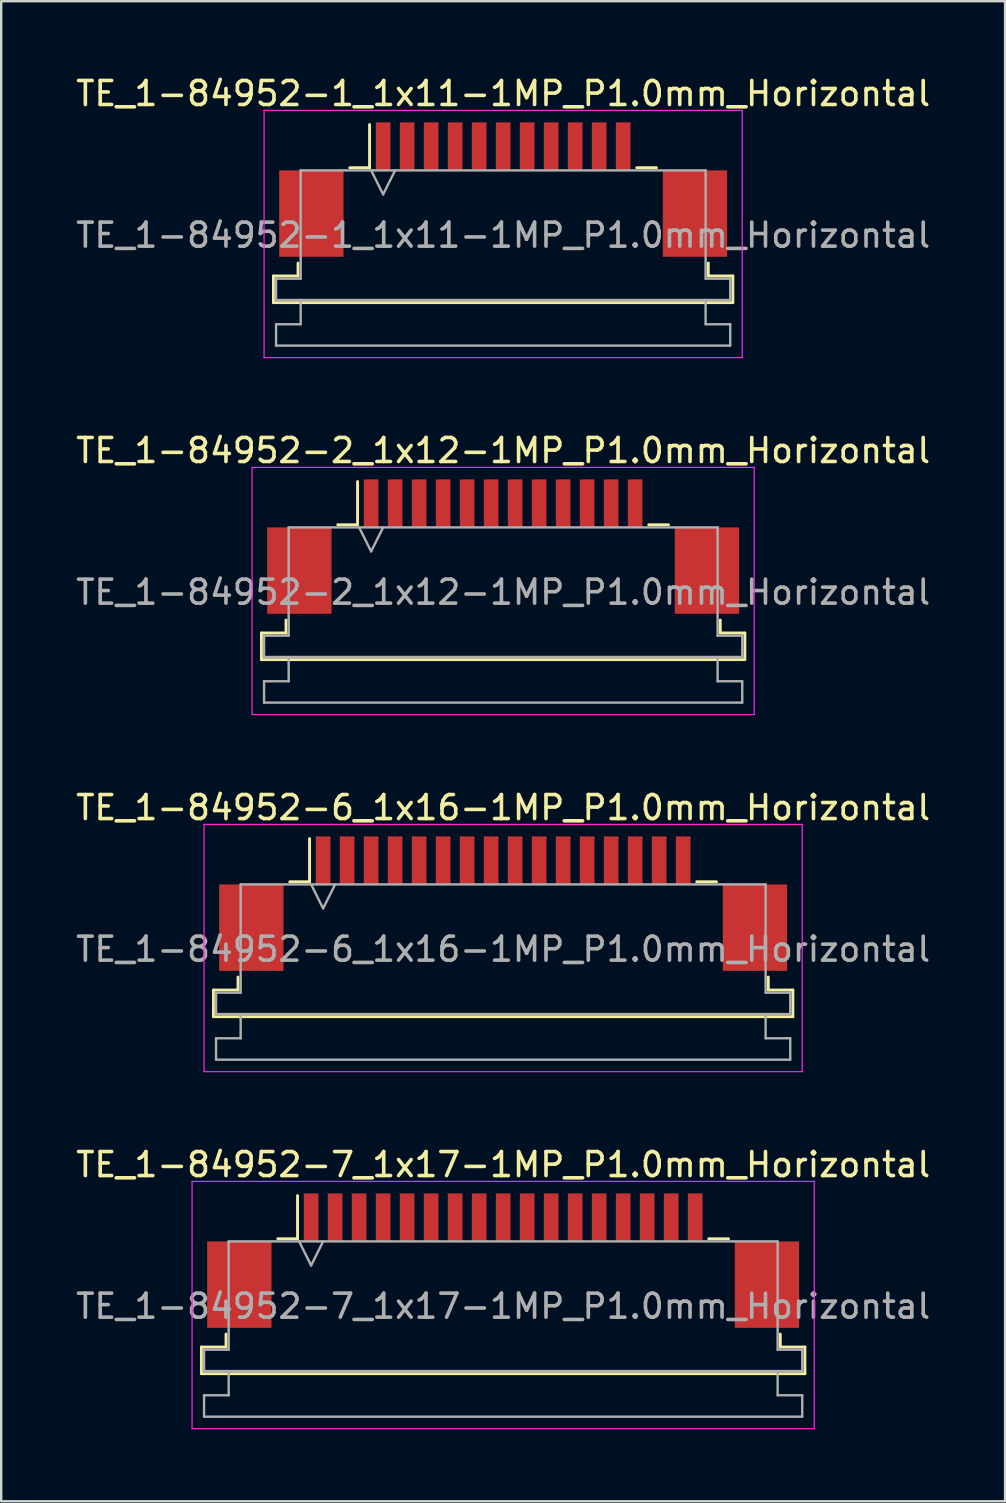
<source format=kicad_pcb>
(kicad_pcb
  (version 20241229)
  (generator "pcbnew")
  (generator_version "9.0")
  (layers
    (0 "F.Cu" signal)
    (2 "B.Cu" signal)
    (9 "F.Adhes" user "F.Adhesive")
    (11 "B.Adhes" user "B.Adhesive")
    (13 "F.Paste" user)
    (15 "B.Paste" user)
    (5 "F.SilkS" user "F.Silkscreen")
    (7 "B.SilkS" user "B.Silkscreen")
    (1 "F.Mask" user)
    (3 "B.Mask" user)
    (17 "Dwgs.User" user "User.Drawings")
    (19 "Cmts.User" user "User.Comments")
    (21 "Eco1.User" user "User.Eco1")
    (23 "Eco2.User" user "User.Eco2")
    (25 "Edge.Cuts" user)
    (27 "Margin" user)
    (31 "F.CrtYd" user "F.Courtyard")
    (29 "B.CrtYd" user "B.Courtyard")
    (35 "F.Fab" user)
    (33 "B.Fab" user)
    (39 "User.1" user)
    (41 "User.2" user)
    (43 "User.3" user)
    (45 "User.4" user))
  (footprint "TE_1-84952-7_1x17-1MP_P1.0mm_Horizontal"
    (layer "F.Cu")
    (at 17.911 49.468)
    (property "Reference" "TE_1-84952-7_1x17-1MP_P1.0mm_Horizontal" (at 0 -4 0) (layer "F.SilkS") (effects (font (size 1 1) (thickness 0.15))))
    (attr smd)
    (fp_line (start -12.57 3.6) (end -11.545 3.6) (stroke (width 0.12) (type solid)) (layer "F.SilkS"))
    (fp_line (start -12.57 4.71) (end -12.57 3.6) (stroke (width 0.12) (type solid)) (layer "F.SilkS"))
    (fp_line (start -11.545 3.6) (end -11.545 3.06) (stroke (width 0.12) (type solid)) (layer "F.SilkS"))
    (fp_line (start -9.39 -0.91) (end -8.565 -0.91) (stroke (width 0.12) (type solid)) (layer "F.SilkS"))
    (fp_line (start -8.565 -0.91) (end -8.565 -2.71) (stroke (width 0.12) (type solid)) (layer "F.SilkS"))
    (fp_line (start 8.565 -0.91) (end 9.39 -0.91) (stroke (width 0.12) (type solid)) (layer "F.SilkS"))
    (fp_line (start 11.545 3.06) (end 11.545 3.6) (stroke (width 0.12) (type solid)) (layer "F.SilkS"))
    (fp_line (start 11.545 3.6) (end 12.57 3.6) (stroke (width 0.12) (type solid)) (layer "F.SilkS"))
    (fp_line (start 12.57 3.6) (end 12.57 4.71) (stroke (width 0.12) (type solid)) (layer "F.SilkS"))
    (fp_line (start 12.57 4.71) (end -12.57 4.71) (stroke (width 0.12) (type solid)) (layer "F.SilkS"))
    (fp_line (start -12.96 -3.3) (end -12.96 7) (stroke (width 0.05) (type solid)) (layer "F.CrtYd"))
    (fp_line (start -12.96 7) (end 12.96 7) (stroke (width 0.05) (type solid)) (layer "F.CrtYd"))
    (fp_line (start 12.96 -3.3) (end -12.96 -3.3) (stroke (width 0.05) (type solid)) (layer "F.CrtYd"))
    (fp_line (start 12.96 7) (end 12.96 -3.3) (stroke (width 0.05) (type solid)) (layer "F.CrtYd"))
    (fp_line (start -12.46 3.71) (end -11.435 3.71) (stroke (width 0.1) (type solid)) (layer "F.Fab"))
    (fp_line (start -12.46 4.6) (end -12.46 3.71) (stroke (width 0.1) (type solid)) (layer "F.Fab"))
    (fp_line (start -12.46 5.61) (end -11.435 5.61) (stroke (width 0.1) (type solid)) (layer "F.Fab"))
    (fp_line (start -12.46 6.5) (end -12.46 5.61) (stroke (width 0.1) (type solid)) (layer "F.Fab"))
    (fp_line (start -11.435 -0.8) (end 11.435 -0.8) (stroke (width 0.1) (type solid)) (layer "F.Fab"))
    (fp_line (start -11.435 3.71) (end -11.435 -0.8) (stroke (width 0.1) (type solid)) (layer "F.Fab"))
    (fp_line (start -11.435 5.61) (end -11.435 4.6) (stroke (width 0.1) (type solid)) (layer "F.Fab"))
    (fp_line (start -8.5 -0.8) (end -8 0.2) (stroke (width 0.1) (type solid)) (layer "F.Fab"))
    (fp_line (start -8 0.2) (end -7.5 -0.8) (stroke (width 0.1) (type solid)) (layer "F.Fab"))
    (fp_line (start 11.435 -0.8) (end 11.435 3.71) (stroke (width 0.1) (type solid)) (layer "F.Fab"))
    (fp_line (start 11.435 3.71) (end 12.46 3.71) (stroke (width 0.1) (type solid)) (layer "F.Fab"))
    (fp_line (start 11.435 4.6) (end 11.435 5.61) (stroke (width 0.1) (type solid)) (layer "F.Fab"))
    (fp_line (start 11.435 5.61) (end 12.46 5.61) (stroke (width 0.1) (type solid)) (layer "F.Fab"))
    (fp_line (start 12.46 3.71) (end 12.46 4.6) (stroke (width 0.1) (type solid)) (layer "F.Fab"))
    (fp_line (start 12.46 4.6) (end -12.46 4.6) (stroke (width 0.1) (type solid)) (layer "F.Fab"))
    (fp_line (start 12.46 5.61) (end 12.46 6.5) (stroke (width 0.1) (type solid)) (layer "F.Fab"))
    (fp_line (start 12.46 6.5) (end -12.46 6.5) (stroke (width 0.1) (type solid)) (layer "F.Fab"))
    (fp_text user "${REFERENCE}" (at 0 1.9 0) (layer "F.Fab") (effects (font (size 1 1) (thickness 0.15))))
    (pad "1" smd rect (at -8 -1.8) (size 0.61 2) (layers "F.Cu" "F.Mask" "F.Paste"))
    (pad "2" smd rect (at -7 -1.8) (size 0.61 2) (layers "F.Cu" "F.Mask" "F.Paste"))
    (pad "3" smd rect (at -6 -1.8) (size 0.61 2) (layers "F.Cu" "F.Mask" "F.Paste"))
    (pad "4" smd rect (at -5 -1.8) (size 0.61 2) (layers "F.Cu" "F.Mask" "F.Paste"))
    (pad "5" smd rect (at -4 -1.8) (size 0.61 2) (layers "F.Cu" "F.Mask" "F.Paste"))
    (pad "6" smd rect (at -3 -1.8) (size 0.61 2) (layers "F.Cu" "F.Mask" "F.Paste"))
    (pad "7" smd rect (at -2 -1.8) (size 0.61 2) (layers "F.Cu" "F.Mask" "F.Paste"))
    (pad "8" smd rect (at -1 -1.8) (size 0.61 2) (layers "F.Cu" "F.Mask" "F.Paste"))
    (pad "9" smd rect (at 0 -1.8) (size 0.61 2) (layers "F.Cu" "F.Mask" "F.Paste"))
    (pad "10" smd rect (at 1 -1.8) (size 0.61 2) (layers "F.Cu" "F.Mask" "F.Paste"))
    (pad "11" smd rect (at 2 -1.8) (size 0.61 2) (layers "F.Cu" "F.Mask" "F.Paste"))
    (pad "12" smd rect (at 3 -1.8) (size 0.61 2) (layers "F.Cu" "F.Mask" "F.Paste"))
    (pad "13" smd rect (at 4 -1.8) (size 0.61 2) (layers "F.Cu" "F.Mask" "F.Paste"))
    (pad "14" smd rect (at 5 -1.8) (size 0.61 2) (layers "F.Cu" "F.Mask" "F.Paste"))
    (pad "15" smd rect (at 6 -1.8) (size 0.61 2) (layers "F.Cu" "F.Mask" "F.Paste"))
    (pad "16" smd rect (at 7 -1.8) (size 0.61 2) (layers "F.Cu" "F.Mask" "F.Paste"))
    (pad "17" smd rect (at 8 -1.8) (size 0.61 2) (layers "F.Cu" "F.Mask" "F.Paste"))
    (pad "MP" smd rect (at -10.99 1) (size 2.68 3.6) (layers "F.Cu" "F.Mask" "F.Paste"))
    (pad "MP" smd rect (at 10.99 1) (size 2.68 3.6) (layers "F.Cu" "F.Mask" "F.Paste")))
  (footprint "TE_1-84952-1_1x11-1MP_P1.0mm_Horizontal"
    (layer "F.Cu")
    (at 17.911 4.848)
    (property "Reference" "TE_1-84952-1_1x11-1MP_P1.0mm_Horizontal" (at 0 -4 0) (layer "F.SilkS") (effects (font (size 1 1) (thickness 0.15))))
    (attr smd)
    (fp_line (start -9.57 3.6) (end -8.545 3.6) (stroke (width 0.12) (type solid)) (layer "F.SilkS"))
    (fp_line (start -9.57 4.71) (end -9.57 3.6) (stroke (width 0.12) (type solid)) (layer "F.SilkS"))
    (fp_line (start -8.545 3.6) (end -8.545 3.06) (stroke (width 0.12) (type solid)) (layer "F.SilkS"))
    (fp_line (start -6.39 -0.91) (end -5.565 -0.91) (stroke (width 0.12) (type solid)) (layer "F.SilkS"))
    (fp_line (start -5.565 -0.91) (end -5.565 -2.71) (stroke (width 0.12) (type solid)) (layer "F.SilkS"))
    (fp_line (start 5.565 -0.91) (end 6.39 -0.91) (stroke (width 0.12) (type solid)) (layer "F.SilkS"))
    (fp_line (start 8.545 3.06) (end 8.545 3.6) (stroke (width 0.12) (type solid)) (layer "F.SilkS"))
    (fp_line (start 8.545 3.6) (end 9.57 3.6) (stroke (width 0.12) (type solid)) (layer "F.SilkS"))
    (fp_line (start 9.57 3.6) (end 9.57 4.71) (stroke (width 0.12) (type solid)) (layer "F.SilkS"))
    (fp_line (start 9.57 4.71) (end -9.57 4.71) (stroke (width 0.12) (type solid)) (layer "F.SilkS"))
    (fp_line (start -9.96 -3.3) (end -9.96 7) (stroke (width 0.05) (type solid)) (layer "F.CrtYd"))
    (fp_line (start -9.96 7) (end 9.96 7) (stroke (width 0.05) (type solid)) (layer "F.CrtYd"))
    (fp_line (start 9.96 -3.3) (end -9.96 -3.3) (stroke (width 0.05) (type solid)) (layer "F.CrtYd"))
    (fp_line (start 9.96 7) (end 9.96 -3.3) (stroke (width 0.05) (type solid)) (layer "F.CrtYd"))
    (fp_line (start -9.46 3.71) (end -8.435 3.71) (stroke (width 0.1) (type solid)) (layer "F.Fab"))
    (fp_line (start -9.46 4.6) (end -9.46 3.71) (stroke (width 0.1) (type solid)) (layer "F.Fab"))
    (fp_line (start -9.46 5.61) (end -8.435 5.61) (stroke (width 0.1) (type solid)) (layer "F.Fab"))
    (fp_line (start -9.46 6.5) (end -9.46 5.61) (stroke (width 0.1) (type solid)) (layer "F.Fab"))
    (fp_line (start -8.435 -0.8) (end 8.435 -0.8) (stroke (width 0.1) (type solid)) (layer "F.Fab"))
    (fp_line (start -8.435 3.71) (end -8.435 -0.8) (stroke (width 0.1) (type solid)) (layer "F.Fab"))
    (fp_line (start -8.435 5.61) (end -8.435 4.6) (stroke (width 0.1) (type solid)) (layer "F.Fab"))
    (fp_line (start -5.5 -0.8) (end -5 0.2) (stroke (width 0.1) (type solid)) (layer "F.Fab"))
    (fp_line (start -5 0.2) (end -4.5 -0.8) (stroke (width 0.1) (type solid)) (layer "F.Fab"))
    (fp_line (start 8.435 -0.8) (end 8.435 3.71) (stroke (width 0.1) (type solid)) (layer "F.Fab"))
    (fp_line (start 8.435 3.71) (end 9.46 3.71) (stroke (width 0.1) (type solid)) (layer "F.Fab"))
    (fp_line (start 8.435 4.6) (end 8.435 5.61) (stroke (width 0.1) (type solid)) (layer "F.Fab"))
    (fp_line (start 8.435 5.61) (end 9.46 5.61) (stroke (width 0.1) (type solid)) (layer "F.Fab"))
    (fp_line (start 9.46 3.71) (end 9.46 4.6) (stroke (width 0.1) (type solid)) (layer "F.Fab"))
    (fp_line (start 9.46 4.6) (end -9.46 4.6) (stroke (width 0.1) (type solid)) (layer "F.Fab"))
    (fp_line (start 9.46 5.61) (end 9.46 6.5) (stroke (width 0.1) (type solid)) (layer "F.Fab"))
    (fp_line (start 9.46 6.5) (end -9.46 6.5) (stroke (width 0.1) (type solid)) (layer "F.Fab"))
    (fp_text user "${REFERENCE}" (at 0 1.9 0) (layer "F.Fab") (effects (font (size 1 1) (thickness 0.15))))
    (pad "1" smd rect (at -5 -1.8) (size 0.61 2) (layers "F.Cu" "F.Mask" "F.Paste"))
    (pad "2" smd rect (at -4 -1.8) (size 0.61 2) (layers "F.Cu" "F.Mask" "F.Paste"))
    (pad "3" smd rect (at -3 -1.8) (size 0.61 2) (layers "F.Cu" "F.Mask" "F.Paste"))
    (pad "4" smd rect (at -2 -1.8) (size 0.61 2) (layers "F.Cu" "F.Mask" "F.Paste"))
    (pad "5" smd rect (at -1 -1.8) (size 0.61 2) (layers "F.Cu" "F.Mask" "F.Paste"))
    (pad "6" smd rect (at 0 -1.8) (size 0.61 2) (layers "F.Cu" "F.Mask" "F.Paste"))
    (pad "7" smd rect (at 1 -1.8) (size 0.61 2) (layers "F.Cu" "F.Mask" "F.Paste"))
    (pad "8" smd rect (at 2 -1.8) (size 0.61 2) (layers "F.Cu" "F.Mask" "F.Paste"))
    (pad "9" smd rect (at 3 -1.8) (size 0.61 2) (layers "F.Cu" "F.Mask" "F.Paste"))
    (pad "10" smd rect (at 4 -1.8) (size 0.61 2) (layers "F.Cu" "F.Mask" "F.Paste"))
    (pad "11" smd rect (at 5 -1.8) (size 0.61 2) (layers "F.Cu" "F.Mask" "F.Paste"))
    (pad "MP" smd rect (at -7.99 1) (size 2.68 3.6) (layers "F.Cu" "F.Mask" "F.Paste"))
    (pad "MP" smd rect (at 7.99 1) (size 2.68 3.6) (layers "F.Cu" "F.Mask" "F.Paste")))
  (footprint "TE_1-84952-6_1x16-1MP_P1.0mm_Horizontal"
    (layer "F.Cu")
    (at 17.911 34.595)
    (property "Reference" "TE_1-84952-6_1x16-1MP_P1.0mm_Horizontal" (at 0 -4 0) (layer "F.SilkS") (effects (font (size 1 1) (thickness 0.15))))
    (attr smd)
    (fp_line (start -12.07 3.6) (end -11.045 3.6) (stroke (width 0.12) (type solid)) (layer "F.SilkS"))
    (fp_line (start -12.07 4.71) (end -12.07 3.6) (stroke (width 0.12) (type solid)) (layer "F.SilkS"))
    (fp_line (start -11.045 3.6) (end -11.045 3.06) (stroke (width 0.12) (type solid)) (layer "F.SilkS"))
    (fp_line (start -8.89 -0.91) (end -8.065 -0.91) (stroke (width 0.12) (type solid)) (layer "F.SilkS"))
    (fp_line (start -8.065 -0.91) (end -8.065 -2.71) (stroke (width 0.12) (type solid)) (layer "F.SilkS"))
    (fp_line (start 8.065 -0.91) (end 8.89 -0.91) (stroke (width 0.12) (type solid)) (layer "F.SilkS"))
    (fp_line (start 11.045 3.06) (end 11.045 3.6) (stroke (width 0.12) (type solid)) (layer "F.SilkS"))
    (fp_line (start 11.045 3.6) (end 12.07 3.6) (stroke (width 0.12) (type solid)) (layer "F.SilkS"))
    (fp_line (start 12.07 3.6) (end 12.07 4.71) (stroke (width 0.12) (type solid)) (layer "F.SilkS"))
    (fp_line (start 12.07 4.71) (end -12.07 4.71) (stroke (width 0.12) (type solid)) (layer "F.SilkS"))
    (fp_line (start -12.46 -3.3) (end -12.46 7) (stroke (width 0.05) (type solid)) (layer "F.CrtYd"))
    (fp_line (start -12.46 7) (end 12.46 7) (stroke (width 0.05) (type solid)) (layer "F.CrtYd"))
    (fp_line (start 12.46 -3.3) (end -12.46 -3.3) (stroke (width 0.05) (type solid)) (layer "F.CrtYd"))
    (fp_line (start 12.46 7) (end 12.46 -3.3) (stroke (width 0.05) (type solid)) (layer "F.CrtYd"))
    (fp_line (start -11.96 3.71) (end -10.935 3.71) (stroke (width 0.1) (type solid)) (layer "F.Fab"))
    (fp_line (start -11.96 4.6) (end -11.96 3.71) (stroke (width 0.1) (type solid)) (layer "F.Fab"))
    (fp_line (start -11.96 5.61) (end -10.935 5.61) (stroke (width 0.1) (type solid)) (layer "F.Fab"))
    (fp_line (start -11.96 6.5) (end -11.96 5.61) (stroke (width 0.1) (type solid)) (layer "F.Fab"))
    (fp_line (start -10.935 -0.8) (end 10.935 -0.8) (stroke (width 0.1) (type solid)) (layer "F.Fab"))
    (fp_line (start -10.935 3.71) (end -10.935 -0.8) (stroke (width 0.1) (type solid)) (layer "F.Fab"))
    (fp_line (start -10.935 5.61) (end -10.935 4.6) (stroke (width 0.1) (type solid)) (layer "F.Fab"))
    (fp_line (start -8 -0.8) (end -7.5 0.2) (stroke (width 0.1) (type solid)) (layer "F.Fab"))
    (fp_line (start -7.5 0.2) (end -7 -0.8) (stroke (width 0.1) (type solid)) (layer "F.Fab"))
    (fp_line (start 10.935 -0.8) (end 10.935 3.71) (stroke (width 0.1) (type solid)) (layer "F.Fab"))
    (fp_line (start 10.935 3.71) (end 11.96 3.71) (stroke (width 0.1) (type solid)) (layer "F.Fab"))
    (fp_line (start 10.935 4.6) (end 10.935 5.61) (stroke (width 0.1) (type solid)) (layer "F.Fab"))
    (fp_line (start 10.935 5.61) (end 11.96 5.61) (stroke (width 0.1) (type solid)) (layer "F.Fab"))
    (fp_line (start 11.96 3.71) (end 11.96 4.6) (stroke (width 0.1) (type solid)) (layer "F.Fab"))
    (fp_line (start 11.96 4.6) (end -11.96 4.6) (stroke (width 0.1) (type solid)) (layer "F.Fab"))
    (fp_line (start 11.96 5.61) (end 11.96 6.5) (stroke (width 0.1) (type solid)) (layer "F.Fab"))
    (fp_line (start 11.96 6.5) (end -11.96 6.5) (stroke (width 0.1) (type solid)) (layer "F.Fab"))
    (fp_text user "${REFERENCE}" (at 0 1.9 0) (layer "F.Fab") (effects (font (size 1 1) (thickness 0.15))))
    (pad "1" smd rect (at -7.5 -1.8) (size 0.61 2) (layers "F.Cu" "F.Mask" "F.Paste"))
    (pad "2" smd rect (at -6.5 -1.8) (size 0.61 2) (layers "F.Cu" "F.Mask" "F.Paste"))
    (pad "3" smd rect (at -5.5 -1.8) (size 0.61 2) (layers "F.Cu" "F.Mask" "F.Paste"))
    (pad "4" smd rect (at -4.5 -1.8) (size 0.61 2) (layers "F.Cu" "F.Mask" "F.Paste"))
    (pad "5" smd rect (at -3.5 -1.8) (size 0.61 2) (layers "F.Cu" "F.Mask" "F.Paste"))
    (pad "6" smd rect (at -2.5 -1.8) (size 0.61 2) (layers "F.Cu" "F.Mask" "F.Paste"))
    (pad "7" smd rect (at -1.5 -1.8) (size 0.61 2) (layers "F.Cu" "F.Mask" "F.Paste"))
    (pad "8" smd rect (at -0.5 -1.8) (size 0.61 2) (layers "F.Cu" "F.Mask" "F.Paste"))
    (pad "9" smd rect (at 0.5 -1.8) (size 0.61 2) (layers "F.Cu" "F.Mask" "F.Paste"))
    (pad "10" smd rect (at 1.5 -1.8) (size 0.61 2) (layers "F.Cu" "F.Mask" "F.Paste"))
    (pad "11" smd rect (at 2.5 -1.8) (size 0.61 2) (layers "F.Cu" "F.Mask" "F.Paste"))
    (pad "12" smd rect (at 3.5 -1.8) (size 0.61 2) (layers "F.Cu" "F.Mask" "F.Paste"))
    (pad "13" smd rect (at 4.5 -1.8) (size 0.61 2) (layers "F.Cu" "F.Mask" "F.Paste"))
    (pad "14" smd rect (at 5.5 -1.8) (size 0.61 2) (layers "F.Cu" "F.Mask" "F.Paste"))
    (pad "15" smd rect (at 6.5 -1.8) (size 0.61 2) (layers "F.Cu" "F.Mask" "F.Paste"))
    (pad "16" smd rect (at 7.5 -1.8) (size 0.61 2) (layers "F.Cu" "F.Mask" "F.Paste"))
    (pad "MP" smd rect (at -10.49 1) (size 2.68 3.6) (layers "F.Cu" "F.Mask" "F.Paste"))
    (pad "MP" smd rect (at 10.49 1) (size 2.68 3.6) (layers "F.Cu" "F.Mask" "F.Paste")))
  (footprint "TE_1-84952-2_1x12-1MP_P1.0mm_Horizontal"
    (layer "F.Cu")
    (at 17.911 19.721)
    (property "Reference" "TE_1-84952-2_1x12-1MP_P1.0mm_Horizontal" (at 0 -4 0) (layer "F.SilkS") (effects (font (size 1 1) (thickness 0.15))))
    (attr smd)
    (fp_line (start -10.07 3.6) (end -9.045 3.6) (stroke (width 0.12) (type solid)) (layer "F.SilkS"))
    (fp_line (start -10.07 4.71) (end -10.07 3.6) (stroke (width 0.12) (type solid)) (layer "F.SilkS"))
    (fp_line (start -9.045 3.6) (end -9.045 3.06) (stroke (width 0.12) (type solid)) (layer "F.SilkS"))
    (fp_line (start -6.89 -0.91) (end -6.065 -0.91) (stroke (width 0.12) (type solid)) (layer "F.SilkS"))
    (fp_line (start -6.065 -0.91) (end -6.065 -2.71) (stroke (width 0.12) (type solid)) (layer "F.SilkS"))
    (fp_line (start 6.065 -0.91) (end 6.89 -0.91) (stroke (width 0.12) (type solid)) (layer "F.SilkS"))
    (fp_line (start 9.045 3.06) (end 9.045 3.6) (stroke (width 0.12) (type solid)) (layer "F.SilkS"))
    (fp_line (start 9.045 3.6) (end 10.07 3.6) (stroke (width 0.12) (type solid)) (layer "F.SilkS"))
    (fp_line (start 10.07 3.6) (end 10.07 4.71) (stroke (width 0.12) (type solid)) (layer "F.SilkS"))
    (fp_line (start 10.07 4.71) (end -10.07 4.71) (stroke (width 0.12) (type solid)) (layer "F.SilkS"))
    (fp_line (start -10.46 -3.3) (end -10.46 7) (stroke (width 0.05) (type solid)) (layer "F.CrtYd"))
    (fp_line (start -10.46 7) (end 10.46 7) (stroke (width 0.05) (type solid)) (layer "F.CrtYd"))
    (fp_line (start 10.46 -3.3) (end -10.46 -3.3) (stroke (width 0.05) (type solid)) (layer "F.CrtYd"))
    (fp_line (start 10.46 7) (end 10.46 -3.3) (stroke (width 0.05) (type solid)) (layer "F.CrtYd"))
    (fp_line (start -9.96 3.71) (end -8.935 3.71) (stroke (width 0.1) (type solid)) (layer "F.Fab"))
    (fp_line (start -9.96 4.6) (end -9.96 3.71) (stroke (width 0.1) (type solid)) (layer "F.Fab"))
    (fp_line (start -9.96 5.61) (end -8.935 5.61) (stroke (width 0.1) (type solid)) (layer "F.Fab"))
    (fp_line (start -9.96 6.5) (end -9.96 5.61) (stroke (width 0.1) (type solid)) (layer "F.Fab"))
    (fp_line (start -8.935 -0.8) (end 8.935 -0.8) (stroke (width 0.1) (type solid)) (layer "F.Fab"))
    (fp_line (start -8.935 3.71) (end -8.935 -0.8) (stroke (width 0.1) (type solid)) (layer "F.Fab"))
    (fp_line (start -8.935 5.61) (end -8.935 4.6) (stroke (width 0.1) (type solid)) (layer "F.Fab"))
    (fp_line (start -6 -0.8) (end -5.5 0.2) (stroke (width 0.1) (type solid)) (layer "F.Fab"))
    (fp_line (start -5.5 0.2) (end -5 -0.8) (stroke (width 0.1) (type solid)) (layer "F.Fab"))
    (fp_line (start 8.935 -0.8) (end 8.935 3.71) (stroke (width 0.1) (type solid)) (layer "F.Fab"))
    (fp_line (start 8.935 3.71) (end 9.96 3.71) (stroke (width 0.1) (type solid)) (layer "F.Fab"))
    (fp_line (start 8.935 4.6) (end 8.935 5.61) (stroke (width 0.1) (type solid)) (layer "F.Fab"))
    (fp_line (start 8.935 5.61) (end 9.96 5.61) (stroke (width 0.1) (type solid)) (layer "F.Fab"))
    (fp_line (start 9.96 3.71) (end 9.96 4.6) (stroke (width 0.1) (type solid)) (layer "F.Fab"))
    (fp_line (start 9.96 4.6) (end -9.96 4.6) (stroke (width 0.1) (type solid)) (layer "F.Fab"))
    (fp_line (start 9.96 5.61) (end 9.96 6.5) (stroke (width 0.1) (type solid)) (layer "F.Fab"))
    (fp_line (start 9.96 6.5) (end -9.96 6.5) (stroke (width 0.1) (type solid)) (layer "F.Fab"))
    (fp_text user "${REFERENCE}" (at 0 1.9 0) (layer "F.Fab") (effects (font (size 1 1) (thickness 0.15))))
    (pad "1" smd rect (at -5.5 -1.8) (size 0.61 2) (layers "F.Cu" "F.Mask" "F.Paste"))
    (pad "2" smd rect (at -4.5 -1.8) (size 0.61 2) (layers "F.Cu" "F.Mask" "F.Paste"))
    (pad "3" smd rect (at -3.5 -1.8) (size 0.61 2) (layers "F.Cu" "F.Mask" "F.Paste"))
    (pad "4" smd rect (at -2.5 -1.8) (size 0.61 2) (layers "F.Cu" "F.Mask" "F.Paste"))
    (pad "5" smd rect (at -1.5 -1.8) (size 0.61 2) (layers "F.Cu" "F.Mask" "F.Paste"))
    (pad "6" smd rect (at -0.5 -1.8) (size 0.61 2) (layers "F.Cu" "F.Mask" "F.Paste"))
    (pad "7" smd rect (at 0.5 -1.8) (size 0.61 2) (layers "F.Cu" "F.Mask" "F.Paste"))
    (pad "8" smd rect (at 1.5 -1.8) (size 0.61 2) (layers "F.Cu" "F.Mask" "F.Paste"))
    (pad "9" smd rect (at 2.5 -1.8) (size 0.61 2) (layers "F.Cu" "F.Mask" "F.Paste"))
    (pad "10" smd rect (at 3.5 -1.8) (size 0.61 2) (layers "F.Cu" "F.Mask" "F.Paste"))
    (pad "11" smd rect (at 4.5 -1.8) (size 0.61 2) (layers "F.Cu" "F.Mask" "F.Paste"))
    (pad "12" smd rect (at 5.5 -1.8) (size 0.61 2) (layers "F.Cu" "F.Mask" "F.Paste"))
    (pad "MP" smd rect (at -8.49 1) (size 2.68 3.6) (layers "F.Cu" "F.Mask" "F.Paste"))
    (pad "MP" smd rect (at 8.49 1) (size 2.68 3.6) (layers "F.Cu" "F.Mask" "F.Paste")))
  (gr_rect
    (start -3 -3)
    (end 38.821 59.493)
    (stroke (width 0.1) (type default))
    (fill no)
    (layer "Edge.Cuts")))
</source>
